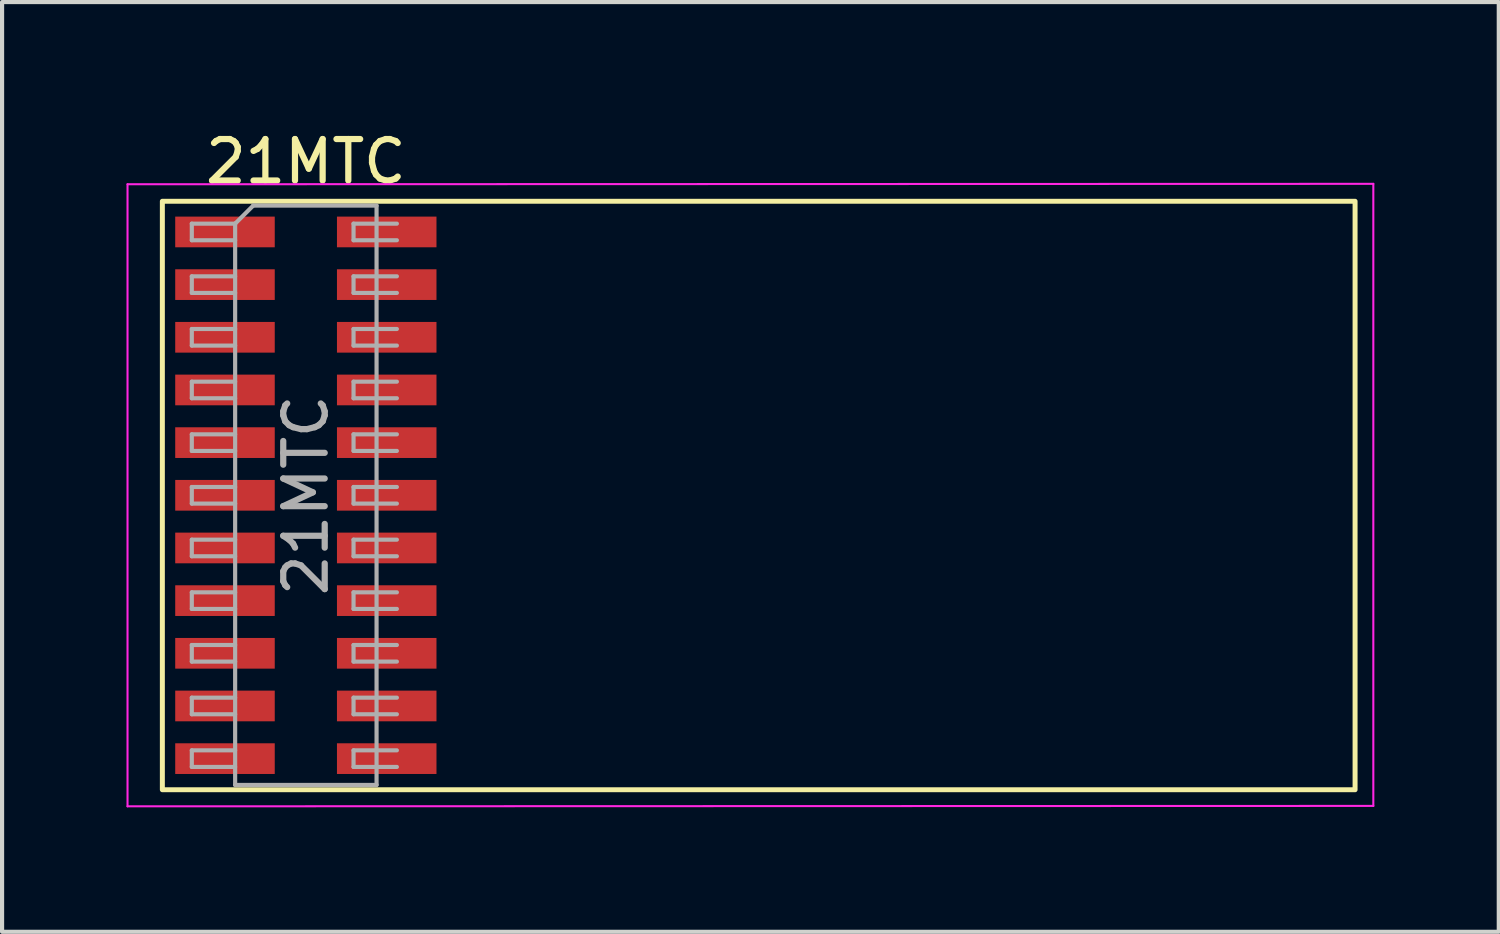
<source format=kicad_pcb>
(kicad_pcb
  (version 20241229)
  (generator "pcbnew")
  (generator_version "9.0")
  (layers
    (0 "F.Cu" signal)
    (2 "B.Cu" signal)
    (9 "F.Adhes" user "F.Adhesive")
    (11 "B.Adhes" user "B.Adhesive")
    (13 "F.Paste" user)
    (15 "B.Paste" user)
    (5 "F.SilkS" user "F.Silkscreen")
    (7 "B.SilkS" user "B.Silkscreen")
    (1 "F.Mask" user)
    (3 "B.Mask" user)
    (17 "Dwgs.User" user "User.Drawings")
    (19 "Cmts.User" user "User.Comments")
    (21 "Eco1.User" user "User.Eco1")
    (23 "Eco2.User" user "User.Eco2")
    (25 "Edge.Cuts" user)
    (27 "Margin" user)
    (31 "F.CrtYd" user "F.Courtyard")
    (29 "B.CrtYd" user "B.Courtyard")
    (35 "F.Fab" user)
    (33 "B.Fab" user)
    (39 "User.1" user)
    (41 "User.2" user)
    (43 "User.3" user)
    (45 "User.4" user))
  (footprint "21MTC"
    (layer "F.Cu")
    (at 4.325 8.893)
    (property "Reference" "21MTC" (at 0 -8.045 0) (layer "F.SilkS") (effects (font (size 1 1) (thickness 0.15))))
    (attr smd)
    (fp_rect (start -3.46 -7.09) (end 25.3 7.1) (stroke (width 0.12) (type default)) (fill no) (layer "F.SilkS"))
    (fp_line (start -4.3 -7.5) (end -4.3 7.5) (stroke (width 0.05) (type solid)) (layer "F.CrtYd"))
    (fp_line (start -4.3 7.5) (end 25.74 7.49) (stroke (width 0.05) (type solid)) (layer "F.CrtYd"))
    (fp_line (start 25.74 -7.51) (end -4.3 -7.5) (stroke (width 0.05) (type solid)) (layer "F.CrtYd"))
    (fp_line (start 25.74 7.49) (end 25.74 -7.51) (stroke (width 0.05) (type solid)) (layer "F.CrtYd"))
    (fp_line (start -2.75 -6.55) (end -2.75 -6.15) (stroke (width 0.1) (type solid)) (layer "F.Fab"))
    (fp_line (start -2.75 -6.15) (end -1.705 -6.15) (stroke (width 0.1) (type solid)) (layer "F.Fab"))
    (fp_line (start -2.75 -5.28) (end -2.75 -4.88) (stroke (width 0.1) (type solid)) (layer "F.Fab"))
    (fp_line (start -2.75 -4.88) (end -1.705 -4.88) (stroke (width 0.1) (type solid)) (layer "F.Fab"))
    (fp_line (start -2.75 -4.01) (end -2.75 -3.61) (stroke (width 0.1) (type solid)) (layer "F.Fab"))
    (fp_line (start -2.75 -3.61) (end -1.705 -3.61) (stroke (width 0.1) (type solid)) (layer "F.Fab"))
    (fp_line (start -2.75 -2.74) (end -2.75 -2.34) (stroke (width 0.1) (type solid)) (layer "F.Fab"))
    (fp_line (start -2.75 -2.34) (end -1.705 -2.34) (stroke (width 0.1) (type solid)) (layer "F.Fab"))
    (fp_line (start -2.75 -1.47) (end -2.75 -1.07) (stroke (width 0.1) (type solid)) (layer "F.Fab"))
    (fp_line (start -2.75 -1.07) (end -1.705 -1.07) (stroke (width 0.1) (type solid)) (layer "F.Fab"))
    (fp_line (start -2.75 -0.2) (end -2.75 0.2) (stroke (width 0.1) (type solid)) (layer "F.Fab"))
    (fp_line (start -2.75 0.2) (end -1.705 0.2) (stroke (width 0.1) (type solid)) (layer "F.Fab"))
    (fp_line (start -2.75 1.07) (end -2.75 1.47) (stroke (width 0.1) (type solid)) (layer "F.Fab"))
    (fp_line (start -2.75 1.47) (end -1.705 1.47) (stroke (width 0.1) (type solid)) (layer "F.Fab"))
    (fp_line (start -2.75 2.34) (end -2.75 2.74) (stroke (width 0.1) (type solid)) (layer "F.Fab"))
    (fp_line (start -2.75 2.74) (end -1.705 2.74) (stroke (width 0.1) (type solid)) (layer "F.Fab"))
    (fp_line (start -2.75 3.61) (end -2.75 4.01) (stroke (width 0.1) (type solid)) (layer "F.Fab"))
    (fp_line (start -2.75 4.01) (end -1.705 4.01) (stroke (width 0.1) (type solid)) (layer "F.Fab"))
    (fp_line (start -2.75 4.88) (end -2.75 5.28) (stroke (width 0.1) (type solid)) (layer "F.Fab"))
    (fp_line (start -2.75 5.28) (end -1.705 5.28) (stroke (width 0.1) (type solid)) (layer "F.Fab"))
    (fp_line (start -2.75 6.15) (end -2.75 6.55) (stroke (width 0.1) (type solid)) (layer "F.Fab"))
    (fp_line (start -2.75 6.55) (end -1.705 6.55) (stroke (width 0.1) (type solid)) (layer "F.Fab"))
    (fp_line (start -1.705 -6.55) (end -2.75 -6.55) (stroke (width 0.1) (type solid)) (layer "F.Fab"))
    (fp_line (start -1.705 -6.55) (end -1.27 -6.985) (stroke (width 0.1) (type solid)) (layer "F.Fab"))
    (fp_line (start -1.705 -5.28) (end -2.75 -5.28) (stroke (width 0.1) (type solid)) (layer "F.Fab"))
    (fp_line (start -1.705 -4.01) (end -2.75 -4.01) (stroke (width 0.1) (type solid)) (layer "F.Fab"))
    (fp_line (start -1.705 -2.74) (end -2.75 -2.74) (stroke (width 0.1) (type solid)) (layer "F.Fab"))
    (fp_line (start -1.705 -1.47) (end -2.75 -1.47) (stroke (width 0.1) (type solid)) (layer "F.Fab"))
    (fp_line (start -1.705 -0.2) (end -2.75 -0.2) (stroke (width 0.1) (type solid)) (layer "F.Fab"))
    (fp_line (start -1.705 1.07) (end -2.75 1.07) (stroke (width 0.1) (type solid)) (layer "F.Fab"))
    (fp_line (start -1.705 2.34) (end -2.75 2.34) (stroke (width 0.1) (type solid)) (layer "F.Fab"))
    (fp_line (start -1.705 3.61) (end -2.75 3.61) (stroke (width 0.1) (type solid)) (layer "F.Fab"))
    (fp_line (start -1.705 4.88) (end -2.75 4.88) (stroke (width 0.1) (type solid)) (layer "F.Fab"))
    (fp_line (start -1.705 6.15) (end -2.75 6.15) (stroke (width 0.1) (type solid)) (layer "F.Fab"))
    (fp_line (start -1.705 6.985) (end -1.705 -6.55) (stroke (width 0.1) (type solid)) (layer "F.Fab"))
    (fp_line (start -1.27 -6.985) (end 1.705 -6.985) (stroke (width 0.1) (type solid)) (layer "F.Fab"))
    (fp_line (start 1.15 -6.55) (end 2.195 -6.55) (stroke (width 0.1) (type solid)) (layer "F.Fab"))
    (fp_line (start 1.15 -6.15) (end 1.15 -6.55) (stroke (width 0.1) (type solid)) (layer "F.Fab"))
    (fp_line (start 1.15 -5.28) (end 2.195 -5.28) (stroke (width 0.1) (type solid)) (layer "F.Fab"))
    (fp_line (start 1.15 -4.88) (end 1.15 -5.28) (stroke (width 0.1) (type solid)) (layer "F.Fab"))
    (fp_line (start 1.15 -4.01) (end 2.195 -4.01) (stroke (width 0.1) (type solid)) (layer "F.Fab"))
    (fp_line (start 1.15 -3.61) (end 1.15 -4.01) (stroke (width 0.1) (type solid)) (layer "F.Fab"))
    (fp_line (start 1.15 -2.74) (end 2.195 -2.74) (stroke (width 0.1) (type solid)) (layer "F.Fab"))
    (fp_line (start 1.15 -2.34) (end 1.15 -2.74) (stroke (width 0.1) (type solid)) (layer "F.Fab"))
    (fp_line (start 1.15 -1.47) (end 2.195 -1.47) (stroke (width 0.1) (type solid)) (layer "F.Fab"))
    (fp_line (start 1.15 -1.07) (end 1.15 -1.47) (stroke (width 0.1) (type solid)) (layer "F.Fab"))
    (fp_line (start 1.15 -0.2) (end 2.195 -0.2) (stroke (width 0.1) (type solid)) (layer "F.Fab"))
    (fp_line (start 1.15 0.2) (end 1.15 -0.2) (stroke (width 0.1) (type solid)) (layer "F.Fab"))
    (fp_line (start 1.15 1.07) (end 2.195 1.07) (stroke (width 0.1) (type solid)) (layer "F.Fab"))
    (fp_line (start 1.15 1.47) (end 1.15 1.07) (stroke (width 0.1) (type solid)) (layer "F.Fab"))
    (fp_line (start 1.15 2.34) (end 2.195 2.34) (stroke (width 0.1) (type solid)) (layer "F.Fab"))
    (fp_line (start 1.15 2.74) (end 1.15 2.34) (stroke (width 0.1) (type solid)) (layer "F.Fab"))
    (fp_line (start 1.15 3.61) (end 2.195 3.61) (stroke (width 0.1) (type solid)) (layer "F.Fab"))
    (fp_line (start 1.15 4.01) (end 1.15 3.61) (stroke (width 0.1) (type solid)) (layer "F.Fab"))
    (fp_line (start 1.15 4.88) (end 2.195 4.88) (stroke (width 0.1) (type solid)) (layer "F.Fab"))
    (fp_line (start 1.15 5.28) (end 1.15 4.88) (stroke (width 0.1) (type solid)) (layer "F.Fab"))
    (fp_line (start 1.15 6.15) (end 2.195 6.15) (stroke (width 0.1) (type solid)) (layer "F.Fab"))
    (fp_line (start 1.15 6.55) (end 1.15 6.15) (stroke (width 0.1) (type solid)) (layer "F.Fab"))
    (fp_line (start 1.705 -6.985) (end 1.705 6.985) (stroke (width 0.1) (type solid)) (layer "F.Fab"))
    (fp_line (start 1.705 6.985) (end -1.705 6.985) (stroke (width 0.1) (type solid)) (layer "F.Fab"))
    (fp_line (start 2.195 -6.15) (end 1.15 -6.15) (stroke (width 0.1) (type solid)) (layer "F.Fab"))
    (fp_line (start 2.195 -4.88) (end 1.15 -4.88) (stroke (width 0.1) (type solid)) (layer "F.Fab"))
    (fp_line (start 2.195 -3.61) (end 1.15 -3.61) (stroke (width 0.1) (type solid)) (layer "F.Fab"))
    (fp_line (start 2.195 -2.34) (end 1.15 -2.34) (stroke (width 0.1) (type solid)) (layer "F.Fab"))
    (fp_line (start 2.195 -1.07) (end 1.15 -1.07) (stroke (width 0.1) (type solid)) (layer "F.Fab"))
    (fp_line (start 2.195 0.2) (end 1.15 0.2) (stroke (width 0.1) (type solid)) (layer "F.Fab"))
    (fp_line (start 2.195 1.47) (end 1.15 1.47) (stroke (width 0.1) (type solid)) (layer "F.Fab"))
    (fp_line (start 2.195 2.74) (end 1.15 2.74) (stroke (width 0.1) (type solid)) (layer "F.Fab"))
    (fp_line (start 2.195 4.01) (end 1.15 4.01) (stroke (width 0.1) (type solid)) (layer "F.Fab"))
    (fp_line (start 2.195 5.28) (end 1.15 5.28) (stroke (width 0.1) (type solid)) (layer "F.Fab"))
    (fp_line (start 2.195 6.55) (end 1.15 6.55) (stroke (width 0.1) (type solid)) (layer "F.Fab"))
    (fp_text user "${REFERENCE}" (at 0 0 90) (layer "F.Fab") (effects (font (size 1 1) (thickness 0.15))))
    (pad "1" smd rect (at -1.95 -6.35) (size 2.4 0.74) (layers "F.Cu" "F.Mask" "F.Paste"))
    (pad "2" smd rect (at -1.95 -5.08) (size 2.4 0.74) (layers "F.Cu" "F.Mask" "F.Paste"))
    (pad "3" smd rect (at -1.95 -3.81) (size 2.4 0.74) (layers "F.Cu" "F.Mask" "F.Paste"))
    (pad "4" smd rect (at -1.95 -2.54) (size 2.4 0.74) (layers "F.Cu" "F.Mask" "F.Paste"))
    (pad "5" smd rect (at -1.95 -1.27) (size 2.4 0.74) (layers "F.Cu" "F.Mask" "F.Paste"))
    (pad "6" smd rect (at -1.95 0) (size 2.4 0.74) (layers "F.Cu" "F.Mask" "F.Paste"))
    (pad "7" smd rect (at -1.95 1.27) (size 2.4 0.74) (layers "F.Cu" "F.Mask" "F.Paste"))
    (pad "8" smd rect (at -1.95 2.54) (size 2.4 0.74) (layers "F.Cu" "F.Mask" "F.Paste"))
    (pad "9" smd rect (at -1.95 3.81) (size 2.4 0.74) (layers "F.Cu" "F.Mask" "F.Paste"))
    (pad "10" smd rect (at -1.95 5.08) (size 2.4 0.74) (layers "F.Cu" "F.Mask" "F.Paste"))
    (pad "11" smd rect (at -1.95 6.35) (size 2.4 0.74) (layers "F.Cu" "F.Mask" "F.Paste"))
    (pad "12" smd rect (at 1.95 6.35 180) (size 2.4 0.74) (layers "F.Cu" "F.Mask" "F.Paste"))
    (pad "13" smd rect (at 1.95 5.08 180) (size 2.4 0.74) (layers "F.Cu" "F.Mask" "F.Paste"))
    (pad "14" smd rect (at 1.95 3.81 180) (size 2.4 0.74) (layers "F.Cu" "F.Mask" "F.Paste"))
    (pad "15" smd rect (at 1.95 2.54 180) (size 2.4 0.74) (layers "F.Cu" "F.Mask" "F.Paste"))
    (pad "16" smd rect (at 1.95 1.27 180) (size 2.4 0.74) (layers "F.Cu" "F.Mask" "F.Paste"))
    (pad "17" smd rect (at 1.95 0 180) (size 2.4 0.74) (layers "F.Cu" "F.Mask" "F.Paste"))
    (pad "18" smd rect (at 1.95 -1.27 180) (size 2.4 0.74) (layers "F.Cu" "F.Mask" "F.Paste"))
    (pad "19" smd rect (at 1.95 -2.54 180) (size 2.4 0.74) (layers "F.Cu" "F.Mask" "F.Paste"))
    (pad "20" smd rect (at 1.95 -3.81 180) (size 2.4 0.74) (layers "F.Cu" "F.Mask" "F.Paste"))
    (pad "21" smd rect (at 1.95 -5.08 180) (size 2.4 0.74) (layers "F.Cu" "F.Mask" "F.Paste"))
    (pad "22" smd rect (at 1.95 -6.35 180) (size 2.4 0.74) (layers "F.Cu" "F.Mask" "F.Paste")))
  (gr_rect
    (start -3 -3)
    (end 33.09 19.418)
    (stroke (width 0.1) (type default))
    (fill no)
    (layer "Edge.Cuts")))
</source>
